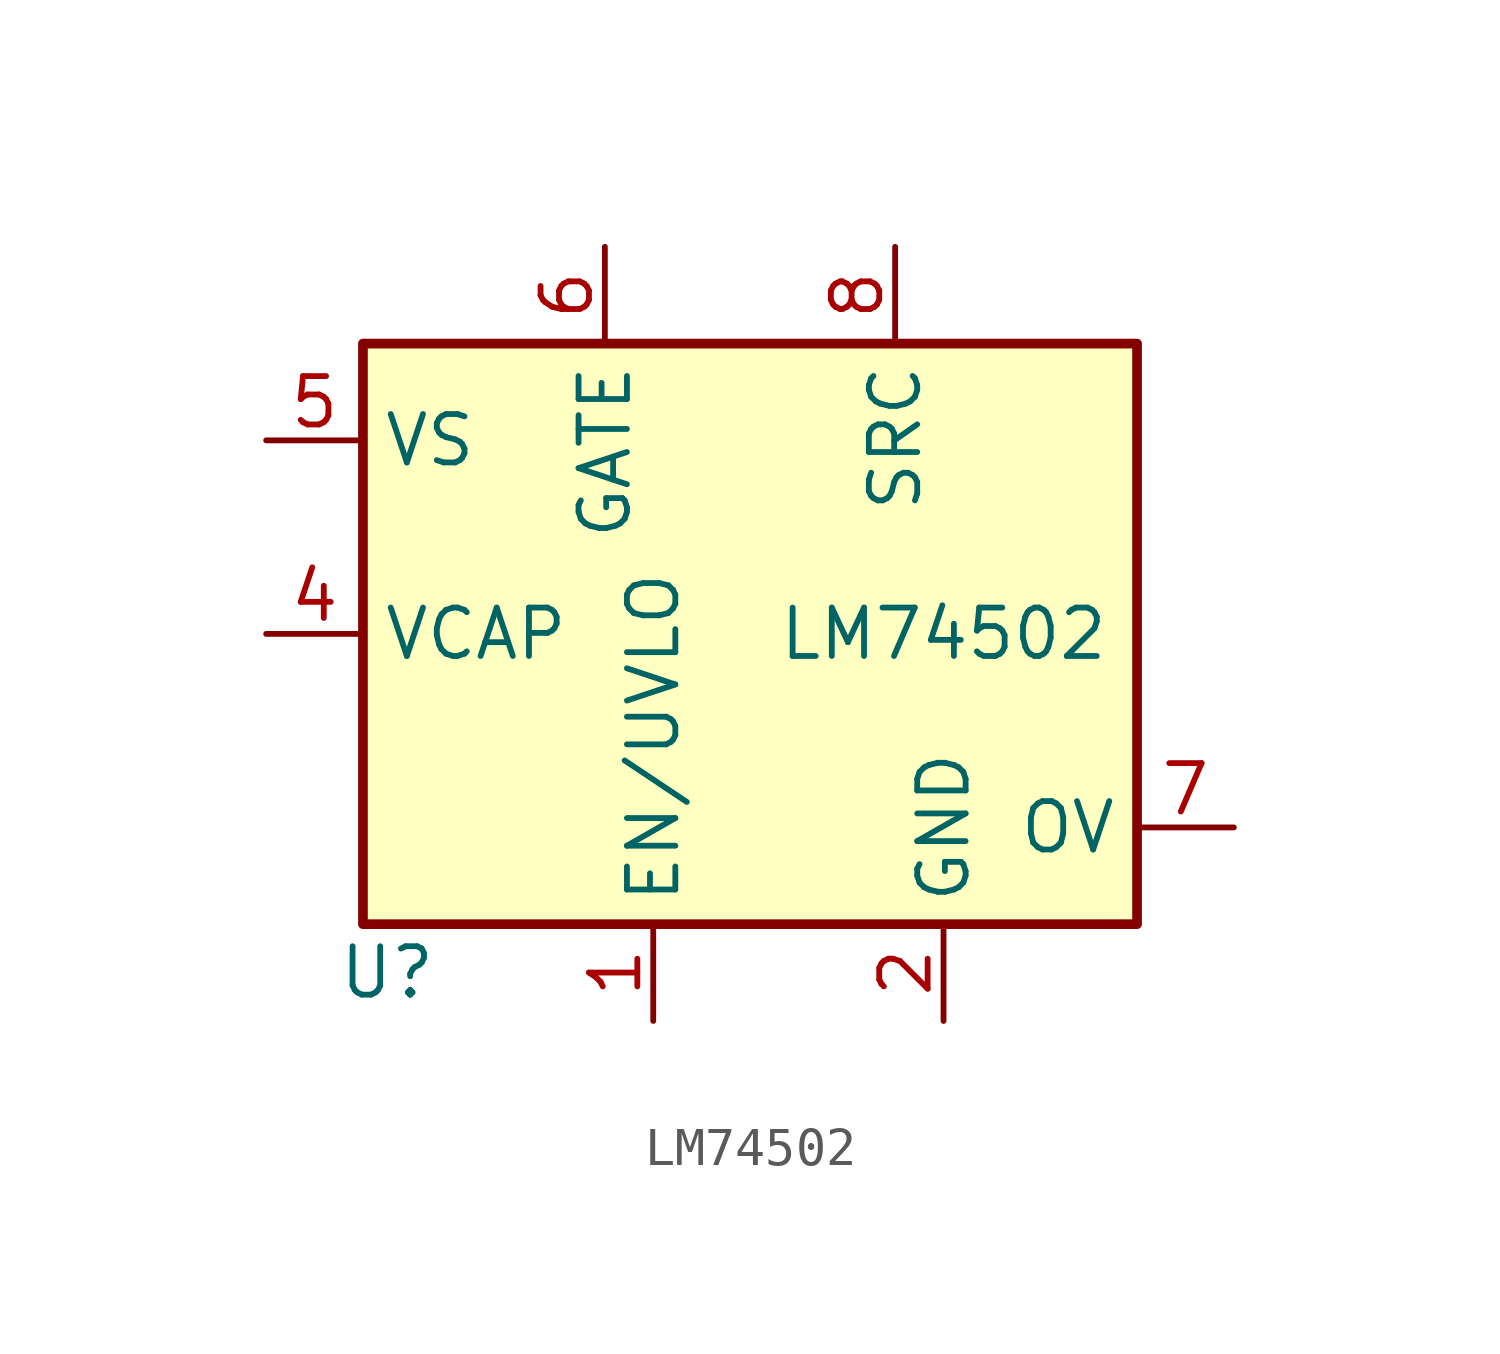
<source format=kicad_sym>
(kicad_symbol_lib
  (version 20220914)
  (generator kicad_symbol_editor)
  (symbol "LM74502"
    (property "Reference" "U"
      (at -9.525 -8.89 0)
      (effects (font (size 1.27 1.27))))
    (property "Value" "LM74502"
      (at 5.08 0 0)
      (effects (font (size 1.27 1.27))))
    (symbol "LM74502_0_1"
      (rectangle (start -10.16 7.62) (end 10.16 -7.62) (stroke (width 0.254) (type default)) (fill (type background))))
    (symbol "LM74502_1_1"
      (pin passive line (at -2.54 -10.16 90) (length 2.54) (name "EN/UVLO" (effects (font (size 1.27 1.27)))) (number "1" (effects (font (size 1.27 1.27)))))
      (pin passive line (at 5.08 -10.16 90) (length 2.54) (name "GND" (effects (font (size 1.27 1.27)))) (number "2" (effects (font (size 1.27 1.27)))))
      (pin no_connect line (at 12.7 2.54 180) (length 2.54) hide (name "" (effects (font (size 1.27 1.27)))) (number "3" (effects (font (size 1.27 1.27)))))
      (pin passive line (at -12.7 0 0) (length 2.54) (name "VCAP" (effects (font (size 1.27 1.27)))) (number "4" (effects (font (size 1.27 1.27)))))
      (pin input line (at -12.7 5.08 0) (length 2.54) (name "VS" (effects (font (size 1.27 1.27)))) (number "5" (effects (font (size 1.27 1.27)))))
      (pin output line (at -3.81 10.16 270) (length 2.54) (name "GATE" (effects (font (size 1.27 1.27)))) (number "6" (effects (font (size 1.27 1.27)))))
      (pin passive line (at 12.7 -5.08 180) (length 2.54) (name "OV" (effects (font (size 1.27 1.27)))) (number "7" (effects (font (size 1.27 1.27)))))
      (pin input line (at 3.81 10.16 270) (length 2.54) (name "SRC" (effects (font (size 1.27 1.27)))) (number "8" (effects (font (size 1.27 1.27))))))))
</source>
